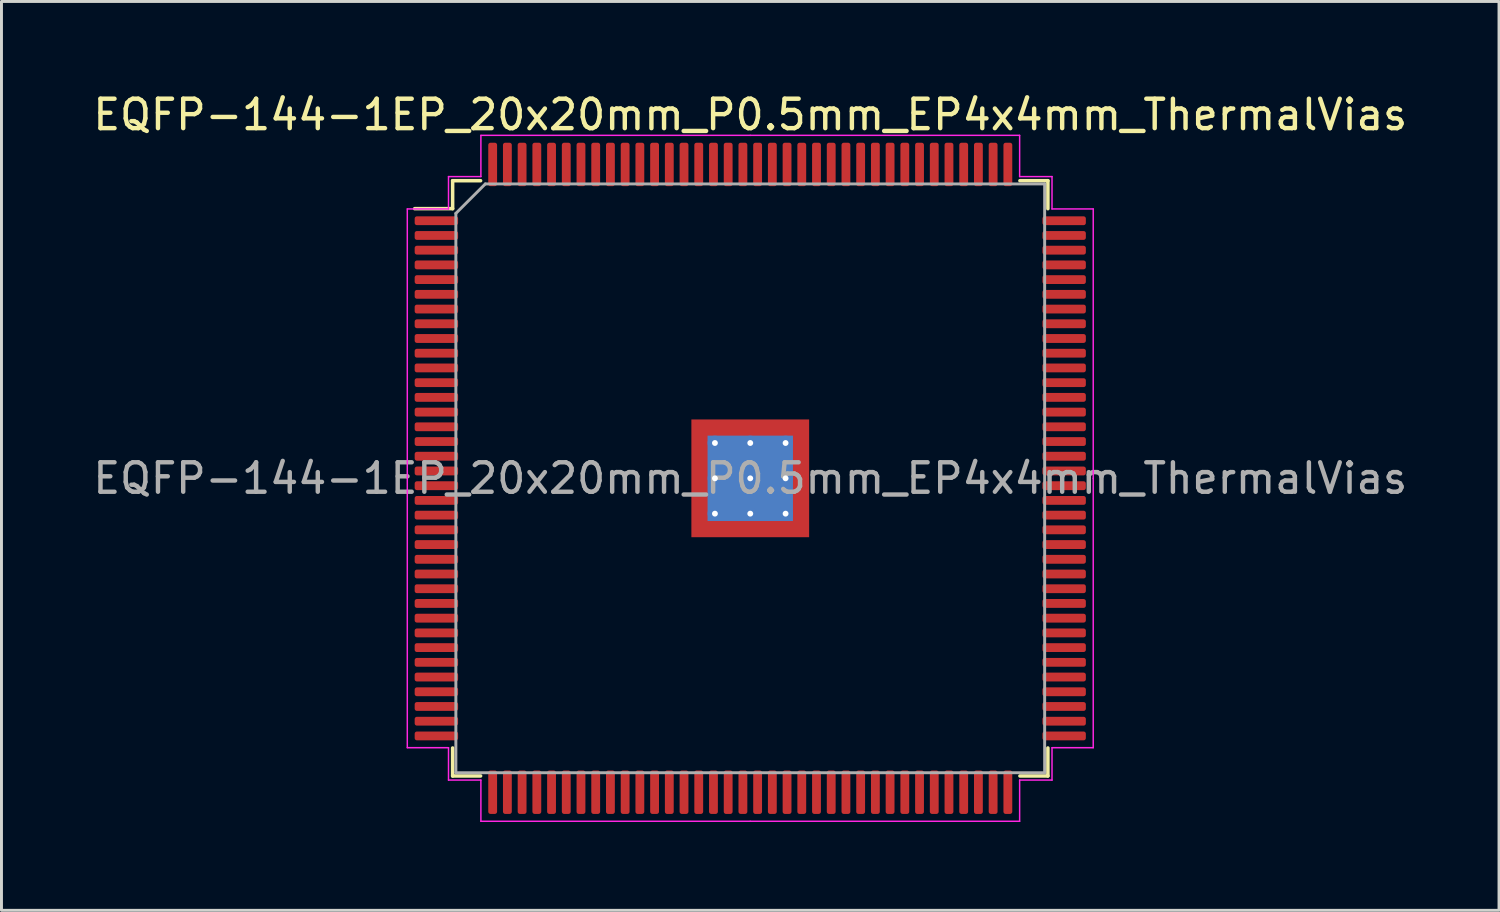
<source format=kicad_pcb>
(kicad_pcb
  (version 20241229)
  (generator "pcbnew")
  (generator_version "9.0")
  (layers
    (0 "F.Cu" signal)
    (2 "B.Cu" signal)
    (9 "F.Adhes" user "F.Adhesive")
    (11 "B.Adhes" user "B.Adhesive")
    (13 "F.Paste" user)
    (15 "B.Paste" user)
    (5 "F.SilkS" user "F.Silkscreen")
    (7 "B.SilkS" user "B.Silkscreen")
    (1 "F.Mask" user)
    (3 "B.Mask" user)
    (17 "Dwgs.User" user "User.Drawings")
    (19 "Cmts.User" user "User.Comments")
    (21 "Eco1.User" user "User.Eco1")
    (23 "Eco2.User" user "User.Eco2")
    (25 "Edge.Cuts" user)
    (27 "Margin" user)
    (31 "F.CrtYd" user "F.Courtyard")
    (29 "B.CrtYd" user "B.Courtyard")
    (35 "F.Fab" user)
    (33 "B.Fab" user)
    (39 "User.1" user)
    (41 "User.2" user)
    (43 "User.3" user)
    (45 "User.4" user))
  (footprint "EQFP-144-1EP_20x20mm_P0.5mm_EP4x4mm_ThermalVias"
    (layer "F.Cu")
    (at 22.435 13.198)
    (property "Reference" "EQFP-144-1EP_20x20mm_P0.5mm_EP4x4mm_ThermalVias" (at 0 -12.35 0) (layer "F.SilkS") (effects (font (size 1 1) (thickness 0.15))))
    (attr smd)
    (fp_line (start -10.11 -10.11) (end -10.11 -9.16) (stroke (width 0.12) (type solid)) (layer "F.SilkS"))
    (fp_line (start -10.11 -9.16) (end -11.4 -9.16) (stroke (width 0.12) (type solid)) (layer "F.SilkS"))
    (fp_line (start -10.11 10.11) (end -10.11 9.16) (stroke (width 0.12) (type solid)) (layer "F.SilkS"))
    (fp_line (start -9.16 -10.11) (end -10.11 -10.11) (stroke (width 0.12) (type solid)) (layer "F.SilkS"))
    (fp_line (start -9.16 10.11) (end -10.11 10.11) (stroke (width 0.12) (type solid)) (layer "F.SilkS"))
    (fp_line (start 9.16 -10.11) (end 10.11 -10.11) (stroke (width 0.12) (type solid)) (layer "F.SilkS"))
    (fp_line (start 9.16 10.11) (end 10.11 10.11) (stroke (width 0.12) (type solid)) (layer "F.SilkS"))
    (fp_line (start 10.11 -10.11) (end 10.11 -9.16) (stroke (width 0.12) (type solid)) (layer "F.SilkS"))
    (fp_line (start 10.11 10.11) (end 10.11 9.16) (stroke (width 0.12) (type solid)) (layer "F.SilkS"))
    (fp_line (start -11.65 -9.15) (end -11.65 0) (stroke (width 0.05) (type solid)) (layer "F.CrtYd"))
    (fp_line (start -11.65 9.15) (end -11.65 0) (stroke (width 0.05) (type solid)) (layer "F.CrtYd"))
    (fp_line (start -10.25 -10.25) (end -10.25 -9.15) (stroke (width 0.05) (type solid)) (layer "F.CrtYd"))
    (fp_line (start -10.25 -9.15) (end -11.65 -9.15) (stroke (width 0.05) (type solid)) (layer "F.CrtYd"))
    (fp_line (start -10.25 9.15) (end -11.65 9.15) (stroke (width 0.05) (type solid)) (layer "F.CrtYd"))
    (fp_line (start -10.25 10.25) (end -10.25 9.15) (stroke (width 0.05) (type solid)) (layer "F.CrtYd"))
    (fp_line (start -9.15 -11.65) (end -9.15 -10.25) (stroke (width 0.05) (type solid)) (layer "F.CrtYd"))
    (fp_line (start -9.15 -10.25) (end -10.25 -10.25) (stroke (width 0.05) (type solid)) (layer "F.CrtYd"))
    (fp_line (start -9.15 10.25) (end -10.25 10.25) (stroke (width 0.05) (type solid)) (layer "F.CrtYd"))
    (fp_line (start -9.15 11.65) (end -9.15 10.25) (stroke (width 0.05) (type solid)) (layer "F.CrtYd"))
    (fp_line (start 0 -11.65) (end -9.15 -11.65) (stroke (width 0.05) (type solid)) (layer "F.CrtYd"))
    (fp_line (start 0 -11.65) (end 9.15 -11.65) (stroke (width 0.05) (type solid)) (layer "F.CrtYd"))
    (fp_line (start 0 11.65) (end -9.15 11.65) (stroke (width 0.05) (type solid)) (layer "F.CrtYd"))
    (fp_line (start 0 11.65) (end 9.15 11.65) (stroke (width 0.05) (type solid)) (layer "F.CrtYd"))
    (fp_line (start 9.15 -11.65) (end 9.15 -10.25) (stroke (width 0.05) (type solid)) (layer "F.CrtYd"))
    (fp_line (start 9.15 -10.25) (end 10.25 -10.25) (stroke (width 0.05) (type solid)) (layer "F.CrtYd"))
    (fp_line (start 9.15 10.25) (end 10.25 10.25) (stroke (width 0.05) (type solid)) (layer "F.CrtYd"))
    (fp_line (start 9.15 11.65) (end 9.15 10.25) (stroke (width 0.05) (type solid)) (layer "F.CrtYd"))
    (fp_line (start 10.25 -10.25) (end 10.25 -9.15) (stroke (width 0.05) (type solid)) (layer "F.CrtYd"))
    (fp_line (start 10.25 -9.15) (end 11.65 -9.15) (stroke (width 0.05) (type solid)) (layer "F.CrtYd"))
    (fp_line (start 10.25 9.15) (end 11.65 9.15) (stroke (width 0.05) (type solid)) (layer "F.CrtYd"))
    (fp_line (start 10.25 10.25) (end 10.25 9.15) (stroke (width 0.05) (type solid)) (layer "F.CrtYd"))
    (fp_line (start 11.65 -9.15) (end 11.65 0) (stroke (width 0.05) (type solid)) (layer "F.CrtYd"))
    (fp_line (start 11.65 9.15) (end 11.65 0) (stroke (width 0.05) (type solid)) (layer "F.CrtYd"))
    (fp_line (start -10 -9) (end -9 -10) (stroke (width 0.1) (type solid)) (layer "F.Fab"))
    (fp_line (start -10 10) (end -10 -9) (stroke (width 0.1) (type solid)) (layer "F.Fab"))
    (fp_line (start -9 -10) (end 10 -10) (stroke (width 0.1) (type solid)) (layer "F.Fab"))
    (fp_line (start 10 -10) (end 10 10) (stroke (width 0.1) (type solid)) (layer "F.Fab"))
    (fp_line (start 10 10) (end -10 10) (stroke (width 0.1) (type solid)) (layer "F.Fab"))
    (fp_text user "${REFERENCE}" (at 0 0 0) (layer "F.Fab") (effects (font (size 1 1) (thickness 0.15))))
    (pad "" smd custom (at -1.6 -1.6) (size 0.555 0.555) (layers "F.Paste") (options (anchor circle)) (primitives (gr_poly (pts (xy -0.232 -0.232) (xy 0.232 -0.232) (xy 0.232 0.157) (xy 0.157 0.232) (xy -0.232 0.232)) (width 0.181) (fill yes))))
    (pad "" smd roundrect (at -1.6 -0.6) (size 0.645 0.967) (layers "F.Paste") (roundrect_rratio 0.25))
    (pad "" smd roundrect (at -1.6 0.6) (size 0.645 0.967) (layers "F.Paste") (roundrect_rratio 0.25))
    (pad "" smd custom (at -1.6 1.6) (size 0.555 0.555) (layers "F.Paste") (options (anchor circle)) (primitives (gr_poly (pts (xy -0.232 -0.232) (xy 0.157 -0.232) (xy 0.232 -0.157) (xy 0.232 0.232) (xy -0.232 0.232)) (width 0.181) (fill yes))))
    (pad "" smd roundrect (at -0.6 -1.6) (size 0.967 0.645) (layers "F.Paste") (roundrect_rratio 0.25))
    (pad "" smd roundrect (at -0.6 -0.6) (size 0.967 0.967) (layers "F.Paste") (roundrect_rratio 0.25))
    (pad "" smd roundrect (at -0.6 0.6) (size 0.967 0.967) (layers "F.Paste") (roundrect_rratio 0.25))
    (pad "" smd roundrect (at -0.6 1.6) (size 0.967 0.645) (layers "F.Paste") (roundrect_rratio 0.25))
    (pad "" smd roundrect (at 0.6 -1.6) (size 0.967 0.645) (layers "F.Paste") (roundrect_rratio 0.25))
    (pad "" smd roundrect (at 0.6 -0.6) (size 0.967 0.967) (layers "F.Paste") (roundrect_rratio 0.25))
    (pad "" smd roundrect (at 0.6 0.6) (size 0.967 0.967) (layers "F.Paste") (roundrect_rratio 0.25))
    (pad "" smd roundrect (at 0.6 1.6) (size 0.967 0.645) (layers "F.Paste") (roundrect_rratio 0.25))
    (pad "" smd custom (at 1.6 -1.6) (size 0.555 0.555) (layers "F.Paste") (options (anchor circle)) (primitives (gr_poly (pts (xy -0.232 -0.232) (xy 0.232 -0.232) (xy 0.232 0.232) (xy -0.157 0.232) (xy -0.232 0.157)) (width 0.181) (fill yes))))
    (pad "" smd roundrect (at 1.6 -0.6) (size 0.645 0.967) (layers "F.Paste") (roundrect_rratio 0.25))
    (pad "" smd roundrect (at 1.6 0.6) (size 0.645 0.967) (layers "F.Paste") (roundrect_rratio 0.25))
    (pad "" smd custom (at 1.6 1.6) (size 0.555 0.555) (layers "F.Paste") (options (anchor circle)) (primitives (gr_poly (pts (xy -0.232 -0.157) (xy -0.157 -0.232) (xy 0.232 -0.232) (xy 0.232 0.232) (xy -0.232 0.232)) (width 0.181) (fill yes))))
    (pad "1" smd roundrect (at -10.662 -8.75) (size 1.475 0.3) (layers "F.Cu" "F.Mask" "F.Paste") (roundrect_rratio 0.25))
    (pad "2" smd roundrect (at -10.662 -8.25) (size 1.475 0.3) (layers "F.Cu" "F.Mask" "F.Paste") (roundrect_rratio 0.25))
    (pad "3" smd roundrect (at -10.662 -7.75) (size 1.475 0.3) (layers "F.Cu" "F.Mask" "F.Paste") (roundrect_rratio 0.25))
    (pad "4" smd roundrect (at -10.662 -7.25) (size 1.475 0.3) (layers "F.Cu" "F.Mask" "F.Paste") (roundrect_rratio 0.25))
    (pad "5" smd roundrect (at -10.662 -6.75) (size 1.475 0.3) (layers "F.Cu" "F.Mask" "F.Paste") (roundrect_rratio 0.25))
    (pad "6" smd roundrect (at -10.662 -6.25) (size 1.475 0.3) (layers "F.Cu" "F.Mask" "F.Paste") (roundrect_rratio 0.25))
    (pad "7" smd roundrect (at -10.662 -5.75) (size 1.475 0.3) (layers "F.Cu" "F.Mask" "F.Paste") (roundrect_rratio 0.25))
    (pad "8" smd roundrect (at -10.662 -5.25) (size 1.475 0.3) (layers "F.Cu" "F.Mask" "F.Paste") (roundrect_rratio 0.25))
    (pad "9" smd roundrect (at -10.662 -4.75) (size 1.475 0.3) (layers "F.Cu" "F.Mask" "F.Paste") (roundrect_rratio 0.25))
    (pad "10" smd roundrect (at -10.662 -4.25) (size 1.475 0.3) (layers "F.Cu" "F.Mask" "F.Paste") (roundrect_rratio 0.25))
    (pad "11" smd roundrect (at -10.662 -3.75) (size 1.475 0.3) (layers "F.Cu" "F.Mask" "F.Paste") (roundrect_rratio 0.25))
    (pad "12" smd roundrect (at -10.662 -3.25) (size 1.475 0.3) (layers "F.Cu" "F.Mask" "F.Paste") (roundrect_rratio 0.25))
    (pad "13" smd roundrect (at -10.662 -2.75) (size 1.475 0.3) (layers "F.Cu" "F.Mask" "F.Paste") (roundrect_rratio 0.25))
    (pad "14" smd roundrect (at -10.662 -2.25) (size 1.475 0.3) (layers "F.Cu" "F.Mask" "F.Paste") (roundrect_rratio 0.25))
    (pad "15" smd roundrect (at -10.662 -1.75) (size 1.475 0.3) (layers "F.Cu" "F.Mask" "F.Paste") (roundrect_rratio 0.25))
    (pad "16" smd roundrect (at -10.662 -1.25) (size 1.475 0.3) (layers "F.Cu" "F.Mask" "F.Paste") (roundrect_rratio 0.25))
    (pad "17" smd roundrect (at -10.662 -0.75) (size 1.475 0.3) (layers "F.Cu" "F.Mask" "F.Paste") (roundrect_rratio 0.25))
    (pad "18" smd roundrect (at -10.662 -0.25) (size 1.475 0.3) (layers "F.Cu" "F.Mask" "F.Paste") (roundrect_rratio 0.25))
    (pad "19" smd roundrect (at -10.662 0.25) (size 1.475 0.3) (layers "F.Cu" "F.Mask" "F.Paste") (roundrect_rratio 0.25))
    (pad "20" smd roundrect (at -10.662 0.75) (size 1.475 0.3) (layers "F.Cu" "F.Mask" "F.Paste") (roundrect_rratio 0.25))
    (pad "21" smd roundrect (at -10.662 1.25) (size 1.475 0.3) (layers "F.Cu" "F.Mask" "F.Paste") (roundrect_rratio 0.25))
    (pad "22" smd roundrect (at -10.662 1.75) (size 1.475 0.3) (layers "F.Cu" "F.Mask" "F.Paste") (roundrect_rratio 0.25))
    (pad "23" smd roundrect (at -10.662 2.25) (size 1.475 0.3) (layers "F.Cu" "F.Mask" "F.Paste") (roundrect_rratio 0.25))
    (pad "24" smd roundrect (at -10.662 2.75) (size 1.475 0.3) (layers "F.Cu" "F.Mask" "F.Paste") (roundrect_rratio 0.25))
    (pad "25" smd roundrect (at -10.662 3.25) (size 1.475 0.3) (layers "F.Cu" "F.Mask" "F.Paste") (roundrect_rratio 0.25))
    (pad "26" smd roundrect (at -10.662 3.75) (size 1.475 0.3) (layers "F.Cu" "F.Mask" "F.Paste") (roundrect_rratio 0.25))
    (pad "27" smd roundrect (at -10.662 4.25) (size 1.475 0.3) (layers "F.Cu" "F.Mask" "F.Paste") (roundrect_rratio 0.25))
    (pad "28" smd roundrect (at -10.662 4.75) (size 1.475 0.3) (layers "F.Cu" "F.Mask" "F.Paste") (roundrect_rratio 0.25))
    (pad "29" smd roundrect (at -10.662 5.25) (size 1.475 0.3) (layers "F.Cu" "F.Mask" "F.Paste") (roundrect_rratio 0.25))
    (pad "30" smd roundrect (at -10.662 5.75) (size 1.475 0.3) (layers "F.Cu" "F.Mask" "F.Paste") (roundrect_rratio 0.25))
    (pad "31" smd roundrect (at -10.662 6.25) (size 1.475 0.3) (layers "F.Cu" "F.Mask" "F.Paste") (roundrect_rratio 0.25))
    (pad "32" smd roundrect (at -10.662 6.75) (size 1.475 0.3) (layers "F.Cu" "F.Mask" "F.Paste") (roundrect_rratio 0.25))
    (pad "33" smd roundrect (at -10.662 7.25) (size 1.475 0.3) (layers "F.Cu" "F.Mask" "F.Paste") (roundrect_rratio 0.25))
    (pad "34" smd roundrect (at -10.662 7.75) (size 1.475 0.3) (layers "F.Cu" "F.Mask" "F.Paste") (roundrect_rratio 0.25))
    (pad "35" smd roundrect (at -10.662 8.25) (size 1.475 0.3) (layers "F.Cu" "F.Mask" "F.Paste") (roundrect_rratio 0.25))
    (pad "36" smd roundrect (at -10.662 8.75) (size 1.475 0.3) (layers "F.Cu" "F.Mask" "F.Paste") (roundrect_rratio 0.25))
    (pad "37" smd roundrect (at -8.75 10.662) (size 0.3 1.475) (layers "F.Cu" "F.Mask" "F.Paste") (roundrect_rratio 0.25))
    (pad "38" smd roundrect (at -8.25 10.662) (size 0.3 1.475) (layers "F.Cu" "F.Mask" "F.Paste") (roundrect_rratio 0.25))
    (pad "39" smd roundrect (at -7.75 10.662) (size 0.3 1.475) (layers "F.Cu" "F.Mask" "F.Paste") (roundrect_rratio 0.25))
    (pad "40" smd roundrect (at -7.25 10.662) (size 0.3 1.475) (layers "F.Cu" "F.Mask" "F.Paste") (roundrect_rratio 0.25))
    (pad "41" smd roundrect (at -6.75 10.662) (size 0.3 1.475) (layers "F.Cu" "F.Mask" "F.Paste") (roundrect_rratio 0.25))
    (pad "42" smd roundrect (at -6.25 10.662) (size 0.3 1.475) (layers "F.Cu" "F.Mask" "F.Paste") (roundrect_rratio 0.25))
    (pad "43" smd roundrect (at -5.75 10.662) (size 0.3 1.475) (layers "F.Cu" "F.Mask" "F.Paste") (roundrect_rratio 0.25))
    (pad "44" smd roundrect (at -5.25 10.662) (size 0.3 1.475) (layers "F.Cu" "F.Mask" "F.Paste") (roundrect_rratio 0.25))
    (pad "45" smd roundrect (at -4.75 10.662) (size 0.3 1.475) (layers "F.Cu" "F.Mask" "F.Paste") (roundrect_rratio 0.25))
    (pad "46" smd roundrect (at -4.25 10.662) (size 0.3 1.475) (layers "F.Cu" "F.Mask" "F.Paste") (roundrect_rratio 0.25))
    (pad "47" smd roundrect (at -3.75 10.662) (size 0.3 1.475) (layers "F.Cu" "F.Mask" "F.Paste") (roundrect_rratio 0.25))
    (pad "48" smd roundrect (at -3.25 10.662) (size 0.3 1.475) (layers "F.Cu" "F.Mask" "F.Paste") (roundrect_rratio 0.25))
    (pad "49" smd roundrect (at -2.75 10.662) (size 0.3 1.475) (layers "F.Cu" "F.Mask" "F.Paste") (roundrect_rratio 0.25))
    (pad "50" smd roundrect (at -2.25 10.662) (size 0.3 1.475) (layers "F.Cu" "F.Mask" "F.Paste") (roundrect_rratio 0.25))
    (pad "51" smd roundrect (at -1.75 10.662) (size 0.3 1.475) (layers "F.Cu" "F.Mask" "F.Paste") (roundrect_rratio 0.25))
    (pad "52" smd roundrect (at -1.25 10.662) (size 0.3 1.475) (layers "F.Cu" "F.Mask" "F.Paste") (roundrect_rratio 0.25))
    (pad "53" smd roundrect (at -0.75 10.662) (size 0.3 1.475) (layers "F.Cu" "F.Mask" "F.Paste") (roundrect_rratio 0.25))
    (pad "54" smd roundrect (at -0.25 10.662) (size 0.3 1.475) (layers "F.Cu" "F.Mask" "F.Paste") (roundrect_rratio 0.25))
    (pad "55" smd roundrect (at 0.25 10.662) (size 0.3 1.475) (layers "F.Cu" "F.Mask" "F.Paste") (roundrect_rratio 0.25))
    (pad "56" smd roundrect (at 0.75 10.662) (size 0.3 1.475) (layers "F.Cu" "F.Mask" "F.Paste") (roundrect_rratio 0.25))
    (pad "57" smd roundrect (at 1.25 10.662) (size 0.3 1.475) (layers "F.Cu" "F.Mask" "F.Paste") (roundrect_rratio 0.25))
    (pad "58" smd roundrect (at 1.75 10.662) (size 0.3 1.475) (layers "F.Cu" "F.Mask" "F.Paste") (roundrect_rratio 0.25))
    (pad "59" smd roundrect (at 2.25 10.662) (size 0.3 1.475) (layers "F.Cu" "F.Mask" "F.Paste") (roundrect_rratio 0.25))
    (pad "60" smd roundrect (at 2.75 10.662) (size 0.3 1.475) (layers "F.Cu" "F.Mask" "F.Paste") (roundrect_rratio 0.25))
    (pad "61" smd roundrect (at 3.25 10.662) (size 0.3 1.475) (layers "F.Cu" "F.Mask" "F.Paste") (roundrect_rratio 0.25))
    (pad "62" smd roundrect (at 3.75 10.662) (size 0.3 1.475) (layers "F.Cu" "F.Mask" "F.Paste") (roundrect_rratio 0.25))
    (pad "63" smd roundrect (at 4.25 10.662) (size 0.3 1.475) (layers "F.Cu" "F.Mask" "F.Paste") (roundrect_rratio 0.25))
    (pad "64" smd roundrect (at 4.75 10.662) (size 0.3 1.475) (layers "F.Cu" "F.Mask" "F.Paste") (roundrect_rratio 0.25))
    (pad "65" smd roundrect (at 5.25 10.662) (size 0.3 1.475) (layers "F.Cu" "F.Mask" "F.Paste") (roundrect_rratio 0.25))
    (pad "66" smd roundrect (at 5.75 10.662) (size 0.3 1.475) (layers "F.Cu" "F.Mask" "F.Paste") (roundrect_rratio 0.25))
    (pad "67" smd roundrect (at 6.25 10.662) (size 0.3 1.475) (layers "F.Cu" "F.Mask" "F.Paste") (roundrect_rratio 0.25))
    (pad "68" smd roundrect (at 6.75 10.662) (size 0.3 1.475) (layers "F.Cu" "F.Mask" "F.Paste") (roundrect_rratio 0.25))
    (pad "69" smd roundrect (at 7.25 10.662) (size 0.3 1.475) (layers "F.Cu" "F.Mask" "F.Paste") (roundrect_rratio 0.25))
    (pad "70" smd roundrect (at 7.75 10.662) (size 0.3 1.475) (layers "F.Cu" "F.Mask" "F.Paste") (roundrect_rratio 0.25))
    (pad "71" smd roundrect (at 8.25 10.662) (size 0.3 1.475) (layers "F.Cu" "F.Mask" "F.Paste") (roundrect_rratio 0.25))
    (pad "72" smd roundrect (at 8.75 10.662) (size 0.3 1.475) (layers "F.Cu" "F.Mask" "F.Paste") (roundrect_rratio 0.25))
    (pad "73" smd roundrect (at 10.662 8.75) (size 1.475 0.3) (layers "F.Cu" "F.Mask" "F.Paste") (roundrect_rratio 0.25))
    (pad "74" smd roundrect (at 10.662 8.25) (size 1.475 0.3) (layers "F.Cu" "F.Mask" "F.Paste") (roundrect_rratio 0.25))
    (pad "75" smd roundrect (at 10.662 7.75) (size 1.475 0.3) (layers "F.Cu" "F.Mask" "F.Paste") (roundrect_rratio 0.25))
    (pad "76" smd roundrect (at 10.662 7.25) (size 1.475 0.3) (layers "F.Cu" "F.Mask" "F.Paste") (roundrect_rratio 0.25))
    (pad "77" smd roundrect (at 10.662 6.75) (size 1.475 0.3) (layers "F.Cu" "F.Mask" "F.Paste") (roundrect_rratio 0.25))
    (pad "78" smd roundrect (at 10.662 6.25) (size 1.475 0.3) (layers "F.Cu" "F.Mask" "F.Paste") (roundrect_rratio 0.25))
    (pad "79" smd roundrect (at 10.662 5.75) (size 1.475 0.3) (layers "F.Cu" "F.Mask" "F.Paste") (roundrect_rratio 0.25))
    (pad "80" smd roundrect (at 10.662 5.25) (size 1.475 0.3) (layers "F.Cu" "F.Mask" "F.Paste") (roundrect_rratio 0.25))
    (pad "81" smd roundrect (at 10.662 4.75) (size 1.475 0.3) (layers "F.Cu" "F.Mask" "F.Paste") (roundrect_rratio 0.25))
    (pad "82" smd roundrect (at 10.662 4.25) (size 1.475 0.3) (layers "F.Cu" "F.Mask" "F.Paste") (roundrect_rratio 0.25))
    (pad "83" smd roundrect (at 10.662 3.75) (size 1.475 0.3) (layers "F.Cu" "F.Mask" "F.Paste") (roundrect_rratio 0.25))
    (pad "84" smd roundrect (at 10.662 3.25) (size 1.475 0.3) (layers "F.Cu" "F.Mask" "F.Paste") (roundrect_rratio 0.25))
    (pad "85" smd roundrect (at 10.662 2.75) (size 1.475 0.3) (layers "F.Cu" "F.Mask" "F.Paste") (roundrect_rratio 0.25))
    (pad "86" smd roundrect (at 10.662 2.25) (size 1.475 0.3) (layers "F.Cu" "F.Mask" "F.Paste") (roundrect_rratio 0.25))
    (pad "87" smd roundrect (at 10.662 1.75) (size 1.475 0.3) (layers "F.Cu" "F.Mask" "F.Paste") (roundrect_rratio 0.25))
    (pad "88" smd roundrect (at 10.662 1.25) (size 1.475 0.3) (layers "F.Cu" "F.Mask" "F.Paste") (roundrect_rratio 0.25))
    (pad "89" smd roundrect (at 10.662 0.75) (size 1.475 0.3) (layers "F.Cu" "F.Mask" "F.Paste") (roundrect_rratio 0.25))
    (pad "90" smd roundrect (at 10.662 0.25) (size 1.475 0.3) (layers "F.Cu" "F.Mask" "F.Paste") (roundrect_rratio 0.25))
    (pad "91" smd roundrect (at 10.662 -0.25) (size 1.475 0.3) (layers "F.Cu" "F.Mask" "F.Paste") (roundrect_rratio 0.25))
    (pad "92" smd roundrect (at 10.662 -0.75) (size 1.475 0.3) (layers "F.Cu" "F.Mask" "F.Paste") (roundrect_rratio 0.25))
    (pad "93" smd roundrect (at 10.662 -1.25) (size 1.475 0.3) (layers "F.Cu" "F.Mask" "F.Paste") (roundrect_rratio 0.25))
    (pad "94" smd roundrect (at 10.662 -1.75) (size 1.475 0.3) (layers "F.Cu" "F.Mask" "F.Paste") (roundrect_rratio 0.25))
    (pad "95" smd roundrect (at 10.662 -2.25) (size 1.475 0.3) (layers "F.Cu" "F.Mask" "F.Paste") (roundrect_rratio 0.25))
    (pad "96" smd roundrect (at 10.662 -2.75) (size 1.475 0.3) (layers "F.Cu" "F.Mask" "F.Paste") (roundrect_rratio 0.25))
    (pad "97" smd roundrect (at 10.662 -3.25) (size 1.475 0.3) (layers "F.Cu" "F.Mask" "F.Paste") (roundrect_rratio 0.25))
    (pad "98" smd roundrect (at 10.662 -3.75) (size 1.475 0.3) (layers "F.Cu" "F.Mask" "F.Paste") (roundrect_rratio 0.25))
    (pad "99" smd roundrect (at 10.662 -4.25) (size 1.475 0.3) (layers "F.Cu" "F.Mask" "F.Paste") (roundrect_rratio 0.25))
    (pad "100" smd roundrect (at 10.662 -4.75) (size 1.475 0.3) (layers "F.Cu" "F.Mask" "F.Paste") (roundrect_rratio 0.25))
    (pad "101" smd roundrect (at 10.662 -5.25) (size 1.475 0.3) (layers "F.Cu" "F.Mask" "F.Paste") (roundrect_rratio 0.25))
    (pad "102" smd roundrect (at 10.662 -5.75) (size 1.475 0.3) (layers "F.Cu" "F.Mask" "F.Paste") (roundrect_rratio 0.25))
    (pad "103" smd roundrect (at 10.662 -6.25) (size 1.475 0.3) (layers "F.Cu" "F.Mask" "F.Paste") (roundrect_rratio 0.25))
    (pad "104" smd roundrect (at 10.662 -6.75) (size 1.475 0.3) (layers "F.Cu" "F.Mask" "F.Paste") (roundrect_rratio 0.25))
    (pad "105" smd roundrect (at 10.662 -7.25) (size 1.475 0.3) (layers "F.Cu" "F.Mask" "F.Paste") (roundrect_rratio 0.25))
    (pad "106" smd roundrect (at 10.662 -7.75) (size 1.475 0.3) (layers "F.Cu" "F.Mask" "F.Paste") (roundrect_rratio 0.25))
    (pad "107" smd roundrect (at 10.662 -8.25) (size 1.475 0.3) (layers "F.Cu" "F.Mask" "F.Paste") (roundrect_rratio 0.25))
    (pad "108" smd roundrect (at 10.662 -8.75) (size 1.475 0.3) (layers "F.Cu" "F.Mask" "F.Paste") (roundrect_rratio 0.25))
    (pad "109" smd roundrect (at 8.75 -10.662) (size 0.3 1.475) (layers "F.Cu" "F.Mask" "F.Paste") (roundrect_rratio 0.25))
    (pad "110" smd roundrect (at 8.25 -10.662) (size 0.3 1.475) (layers "F.Cu" "F.Mask" "F.Paste") (roundrect_rratio 0.25))
    (pad "111" smd roundrect (at 7.75 -10.662) (size 0.3 1.475) (layers "F.Cu" "F.Mask" "F.Paste") (roundrect_rratio 0.25))
    (pad "112" smd roundrect (at 7.25 -10.662) (size 0.3 1.475) (layers "F.Cu" "F.Mask" "F.Paste") (roundrect_rratio 0.25))
    (pad "113" smd roundrect (at 6.75 -10.662) (size 0.3 1.475) (layers "F.Cu" "F.Mask" "F.Paste") (roundrect_rratio 0.25))
    (pad "114" smd roundrect (at 6.25 -10.662) (size 0.3 1.475) (layers "F.Cu" "F.Mask" "F.Paste") (roundrect_rratio 0.25))
    (pad "115" smd roundrect (at 5.75 -10.662) (size 0.3 1.475) (layers "F.Cu" "F.Mask" "F.Paste") (roundrect_rratio 0.25))
    (pad "116" smd roundrect (at 5.25 -10.662) (size 0.3 1.475) (layers "F.Cu" "F.Mask" "F.Paste") (roundrect_rratio 0.25))
    (pad "117" smd roundrect (at 4.75 -10.662) (size 0.3 1.475) (layers "F.Cu" "F.Mask" "F.Paste") (roundrect_rratio 0.25))
    (pad "118" smd roundrect (at 4.25 -10.662) (size 0.3 1.475) (layers "F.Cu" "F.Mask" "F.Paste") (roundrect_rratio 0.25))
    (pad "119" smd roundrect (at 3.75 -10.662) (size 0.3 1.475) (layers "F.Cu" "F.Mask" "F.Paste") (roundrect_rratio 0.25))
    (pad "120" smd roundrect (at 3.25 -10.662) (size 0.3 1.475) (layers "F.Cu" "F.Mask" "F.Paste") (roundrect_rratio 0.25))
    (pad "121" smd roundrect (at 2.75 -10.662) (size 0.3 1.475) (layers "F.Cu" "F.Mask" "F.Paste") (roundrect_rratio 0.25))
    (pad "122" smd roundrect (at 2.25 -10.662) (size 0.3 1.475) (layers "F.Cu" "F.Mask" "F.Paste") (roundrect_rratio 0.25))
    (pad "123" smd roundrect (at 1.75 -10.662) (size 0.3 1.475) (layers "F.Cu" "F.Mask" "F.Paste") (roundrect_rratio 0.25))
    (pad "124" smd roundrect (at 1.25 -10.662) (size 0.3 1.475) (layers "F.Cu" "F.Mask" "F.Paste") (roundrect_rratio 0.25))
    (pad "125" smd roundrect (at 0.75 -10.662) (size 0.3 1.475) (layers "F.Cu" "F.Mask" "F.Paste") (roundrect_rratio 0.25))
    (pad "126" smd roundrect (at 0.25 -10.662) (size 0.3 1.475) (layers "F.Cu" "F.Mask" "F.Paste") (roundrect_rratio 0.25))
    (pad "127" smd roundrect (at -0.25 -10.662) (size 0.3 1.475) (layers "F.Cu" "F.Mask" "F.Paste") (roundrect_rratio 0.25))
    (pad "128" smd roundrect (at -0.75 -10.662) (size 0.3 1.475) (layers "F.Cu" "F.Mask" "F.Paste") (roundrect_rratio 0.25))
    (pad "129" smd roundrect (at -1.25 -10.662) (size 0.3 1.475) (layers "F.Cu" "F.Mask" "F.Paste") (roundrect_rratio 0.25))
    (pad "130" smd roundrect (at -1.75 -10.662) (size 0.3 1.475) (layers "F.Cu" "F.Mask" "F.Paste") (roundrect_rratio 0.25))
    (pad "131" smd roundrect (at -2.25 -10.662) (size 0.3 1.475) (layers "F.Cu" "F.Mask" "F.Paste") (roundrect_rratio 0.25))
    (pad "132" smd roundrect (at -2.75 -10.662) (size 0.3 1.475) (layers "F.Cu" "F.Mask" "F.Paste") (roundrect_rratio 0.25))
    (pad "133" smd roundrect (at -3.25 -10.662) (size 0.3 1.475) (layers "F.Cu" "F.Mask" "F.Paste") (roundrect_rratio 0.25))
    (pad "134" smd roundrect (at -3.75 -10.662) (size 0.3 1.475) (layers "F.Cu" "F.Mask" "F.Paste") (roundrect_rratio 0.25))
    (pad "135" smd roundrect (at -4.25 -10.662) (size 0.3 1.475) (layers "F.Cu" "F.Mask" "F.Paste") (roundrect_rratio 0.25))
    (pad "136" smd roundrect (at -4.75 -10.662) (size 0.3 1.475) (layers "F.Cu" "F.Mask" "F.Paste") (roundrect_rratio 0.25))
    (pad "137" smd roundrect (at -5.25 -10.662) (size 0.3 1.475) (layers "F.Cu" "F.Mask" "F.Paste") (roundrect_rratio 0.25))
    (pad "138" smd roundrect (at -5.75 -10.662) (size 0.3 1.475) (layers "F.Cu" "F.Mask" "F.Paste") (roundrect_rratio 0.25))
    (pad "139" smd roundrect (at -6.25 -10.662) (size 0.3 1.475) (layers "F.Cu" "F.Mask" "F.Paste") (roundrect_rratio 0.25))
    (pad "140" smd roundrect (at -6.75 -10.662) (size 0.3 1.475) (layers "F.Cu" "F.Mask" "F.Paste") (roundrect_rratio 0.25))
    (pad "141" smd roundrect (at -7.25 -10.662) (size 0.3 1.475) (layers "F.Cu" "F.Mask" "F.Paste") (roundrect_rratio 0.25))
    (pad "142" smd roundrect (at -7.75 -10.662) (size 0.3 1.475) (layers "F.Cu" "F.Mask" "F.Paste") (roundrect_rratio 0.25))
    (pad "143" smd roundrect (at -8.25 -10.662) (size 0.3 1.475) (layers "F.Cu" "F.Mask" "F.Paste") (roundrect_rratio 0.25))
    (pad "144" smd roundrect (at -8.75 -10.662) (size 0.3 1.475) (layers "F.Cu" "F.Mask" "F.Paste") (roundrect_rratio 0.25))
    (pad "145" thru_hole circle (at -1.2 -1.2) (size 0.5 0.5) (drill 0.2) (layers "*.Cu"))
    (pad "145" thru_hole circle (at -1.2 0) (size 0.5 0.5) (drill 0.2) (layers "*.Cu"))
    (pad "145" thru_hole circle (at -1.2 1.2) (size 0.5 0.5) (drill 0.2) (layers "*.Cu"))
    (pad "145" thru_hole circle (at 0 -1.2) (size 0.5 0.5) (drill 0.2) (layers "*.Cu"))
    (pad "145" thru_hole circle (at 0 0) (size 0.5 0.5) (drill 0.2) (layers "*.Cu"))
    (pad "145" smd rect (at 0 0) (size 2.9 2.9) (layers "B.Cu"))
    (pad "145" smd rect (at 0 0) (size 4 4) (layers "F.Cu" "F.Mask"))
    (pad "145" thru_hole circle (at 0 1.2) (size 0.5 0.5) (drill 0.2) (layers "*.Cu"))
    (pad "145" thru_hole circle (at 1.2 -1.2) (size 0.5 0.5) (drill 0.2) (layers "*.Cu"))
    (pad "145" thru_hole circle (at 1.2 0) (size 0.5 0.5) (drill 0.2) (layers "*.Cu"))
    (pad "145" thru_hole circle (at 1.2 1.2) (size 0.5 0.5) (drill 0.2) (layers "*.Cu")))
  (gr_rect
    (start -3 -3)
    (end 47.869 27.873)
    (stroke (width 0.1) (type default))
    (fill no)
    (layer "Edge.Cuts")))
</source>
